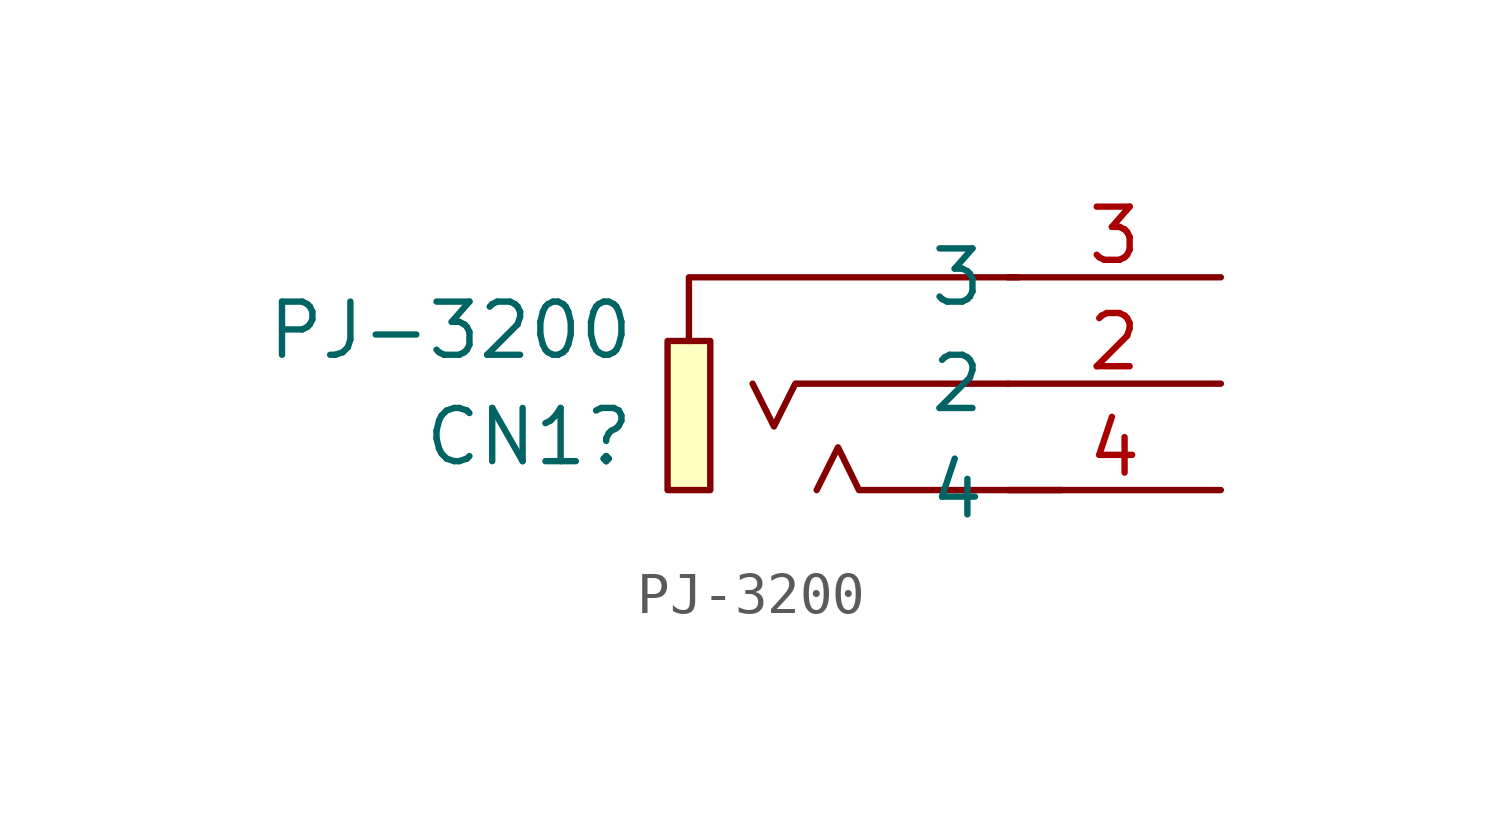
<source format=kicad_sym>
(kicad_symbol_lib
  (version 20241209)
  (generator "kicad_symbol_editor")
  (generator_version "9.0")
  (symbol "PJ-3200"
    (property "Reference" "CN1"
      (at -6.35 -1.27 0)
      (effects (font (size 1.27 1.27)) (justify right)))
    (property "Value" "PJ-3200"
      (at -6.35 1.27 0)
      (effects (font (size 1.27 1.27)) (justify right)))
    (symbol "PJ-3200_0_1"
      (rectangle (start -5.59 1.02) (end -4.57 -2.54) (stroke (width 0) (type default)) (fill (type background)))
      (polyline (pts (xy 2.54 0) (xy -2.54 0) (xy -3.05 -1.02) (xy -3.56 0)) (stroke (width 0) (type default)) (fill (type none)))
      (polyline (pts (xy 2.79 2.54) (xy -5.08 2.54) (xy -5.08 1.02)) (stroke (width 0) (type default)) (fill (type none)))
      (polyline (pts (xy 3.81 -2.54) (xy -1.02 -2.54) (xy -1.52 -1.52) (xy -2.03 -2.54)) (stroke (width 0) (type default)) (fill (type none))))
    (symbol "PJ-3200_1_1"
      (pin power_in line (at 7.62 2.54 180) (length 5.08) (name "3" (effects (font (size 1.27 1.27)))) (number "3" (effects (font (size 1.27 1.27)))))
      (pin input line (at 7.62 0 180) (length 5.08) (name "2" (effects (font (size 1.27 1.27)))) (number "2" (effects (font (size 1.27 1.27)))))
      (pin input line (at 7.62 -2.54 180) (length 5.08) (name "4" (effects (font (size 1.27 1.27)))) (number "4" (effects (font (size 1.27 1.27))))))))
</source>
